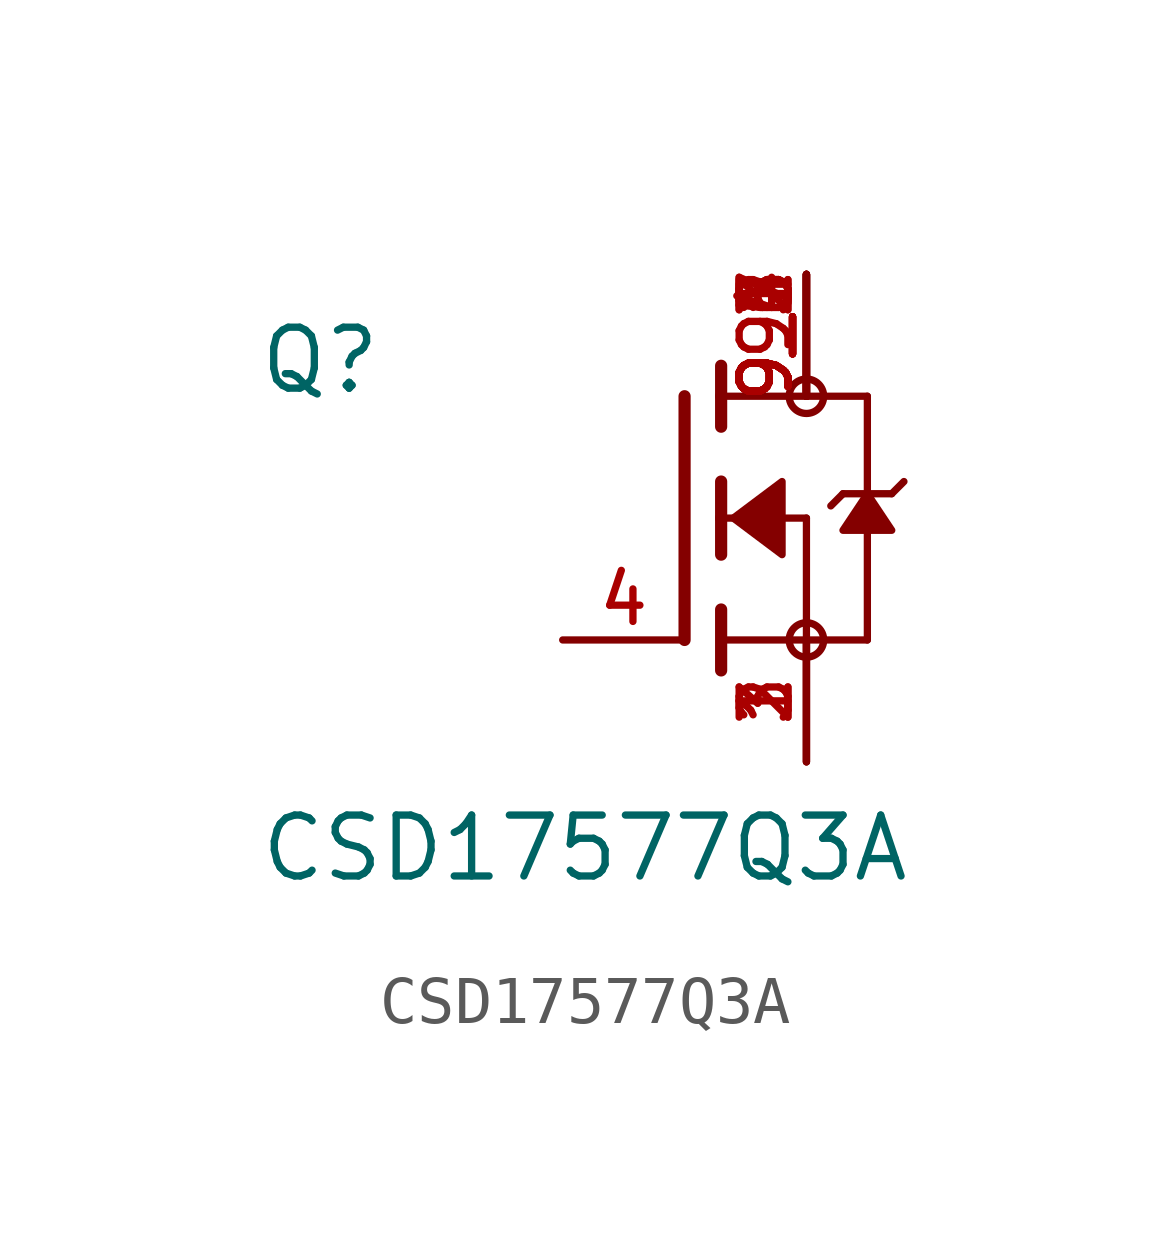
<source format=kicad_sym>
(kicad_symbol_lib
  (version 20211014)
  (generator kicad_symbol_editor)
  (symbol "CSD17577Q3A"
    (pin_names
      (offset 1.016))
    (property "Reference" "Q"
      (at -8.906 2.545 0)
      (effects (font (size 1.27 1.27)) (justify bottom left)))
    (property "Value" "CSD17577Q3A"
      (at -8.893 -7.623 0)
      (effects (font (size 1.27 1.27)) (justify bottom left)))
    (symbol "CSD17577Q3A_0_0"
      (polyline (pts (xy 0.762 0.762) (xy 0.762 0.0)) (stroke (width 0.254)))
      (polyline (pts (xy 0.762 0.0) (xy 0.762 -0.762)) (stroke (width 0.254)))
      (polyline (pts (xy 0.762 3.175) (xy 0.762 2.54)) (stroke (width 0.254)))
      (polyline (pts (xy 0.762 2.54) (xy 0.762 1.905)) (stroke (width 0.254)))
      (polyline (pts (xy 0.762 0.0) (xy 2.54 0.0)) (stroke (width 0.152)))
      (polyline (pts (xy 2.54 0.0) (xy 2.54 -2.54)) (stroke (width 0.152)))
      (polyline (pts (xy 0.762 -1.905) (xy 0.762 -3.175)) (stroke (width 0.254)))
      (polyline (pts (xy 0.0 2.54) (xy 0.0 -2.54)) (stroke (width 0.254)))
      (polyline (pts (xy 3.81 -2.54) (xy 0.762 -2.54)) (stroke (width 0.152)))
      (polyline (pts (xy 3.81 2.54) (xy 3.81 0.508)) (stroke (width 0.152)))
      (polyline (pts (xy 3.81 0.508) (xy 3.81 -2.54)) (stroke (width 0.152)))
      (polyline (pts (xy 0.762 2.54) (xy 3.81 2.54)) (stroke (width 0.152)))
      (polyline (pts (xy 4.572 0.762) (xy 4.318 0.508)) (stroke (width 0.152)))
      (polyline (pts (xy 4.318 0.508) (xy 3.81 0.508)) (stroke (width 0.152)))
      (polyline (pts (xy 3.81 0.508) (xy 3.302 0.508)) (stroke (width 0.152)))
      (polyline (pts (xy 3.302 0.508) (xy 3.048 0.254)) (stroke (width 0.152)))
      (circle (center 2.54 -2.54) (radius 0.359) (stroke (width 0.0)) (fill (type none)))
      (circle (center 2.54 2.54) (radius 0.359) (stroke (width 0.0)) (fill (type none)))
      (polyline (pts (xy 3.81 0.508) (xy 3.302 -0.254) (xy 4.318 -0.254) (xy 3.81 0.508)) (stroke (width 0.152)) (fill (type outline)))
      (polyline (pts (xy 1.016 0.0) (xy 2.032 0.762) (xy 2.032 -0.762) (xy 1.016 0.0)) (stroke (width 0.152)) (fill (type outline)))
      (pin passive line (at 2.54 -5.08 90.0) (length 2.54) (name "~" (effects (font (size 1.016 1.016)))) (number "1" (effects (font (size 1.016 1.016)))))
      (pin passive line (at -2.54 -2.54 0) (length 2.54) (name "~" (effects (font (size 1.016 1.016)))) (number "4" (effects (font (size 1.016 1.016)))))
      (pin passive line (at 2.54 5.08 270.0) (length 2.54) (name "~" (effects (font (size 1.016 1.016)))) (number "9" (effects (font (size 1.016 1.016)))))
      (pin passive line (at 2.54 -5.08 90.0) (length 2.54) (name "~" (effects (font (size 1.016 1.016)))) (number "2" (effects (font (size 1.016 1.016)))))
      (pin passive line (at 2.54 -5.08 90.0) (length 2.54) (name "~" (effects (font (size 1.016 1.016)))) (number "3" (effects (font (size 1.016 1.016)))))
      (pin passive line (at 2.54 5.08 270.0) (length 2.54) (name "~" (effects (font (size 1.016 1.016)))) (number "9_1" (effects (font (size 1.016 1.016)))))
      (pin passive line (at 2.54 5.08 270.0) (length 2.54) (name "~" (effects (font (size 1.016 1.016)))) (number "9_2" (effects (font (size 1.016 1.016)))))
      (pin passive line (at 2.54 5.08 270.0) (length 2.54) (name "~" (effects (font (size 1.016 1.016)))) (number "9_3" (effects (font (size 1.016 1.016)))))
      (pin passive line (at 2.54 5.08 270.0) (length 2.54) (name "~" (effects (font (size 1.016 1.016)))) (number "9_4" (effects (font (size 1.016 1.016)))))
      (pin passive line (at 2.54 5.08 270.0) (length 2.54) (name "~" (effects (font (size 1.016 1.016)))) (number "9_5" (effects (font (size 1.016 1.016)))))
      (pin passive line (at 2.54 5.08 270.0) (length 2.54) (name "~" (effects (font (size 1.016 1.016)))) (number "9_6" (effects (font (size 1.016 1.016)))))
      (pin passive line (at 2.54 5.08 270.0) (length 2.54) (name "~" (effects (font (size 1.016 1.016)))) (number "9_7" (effects (font (size 1.016 1.016))))))))
</source>
